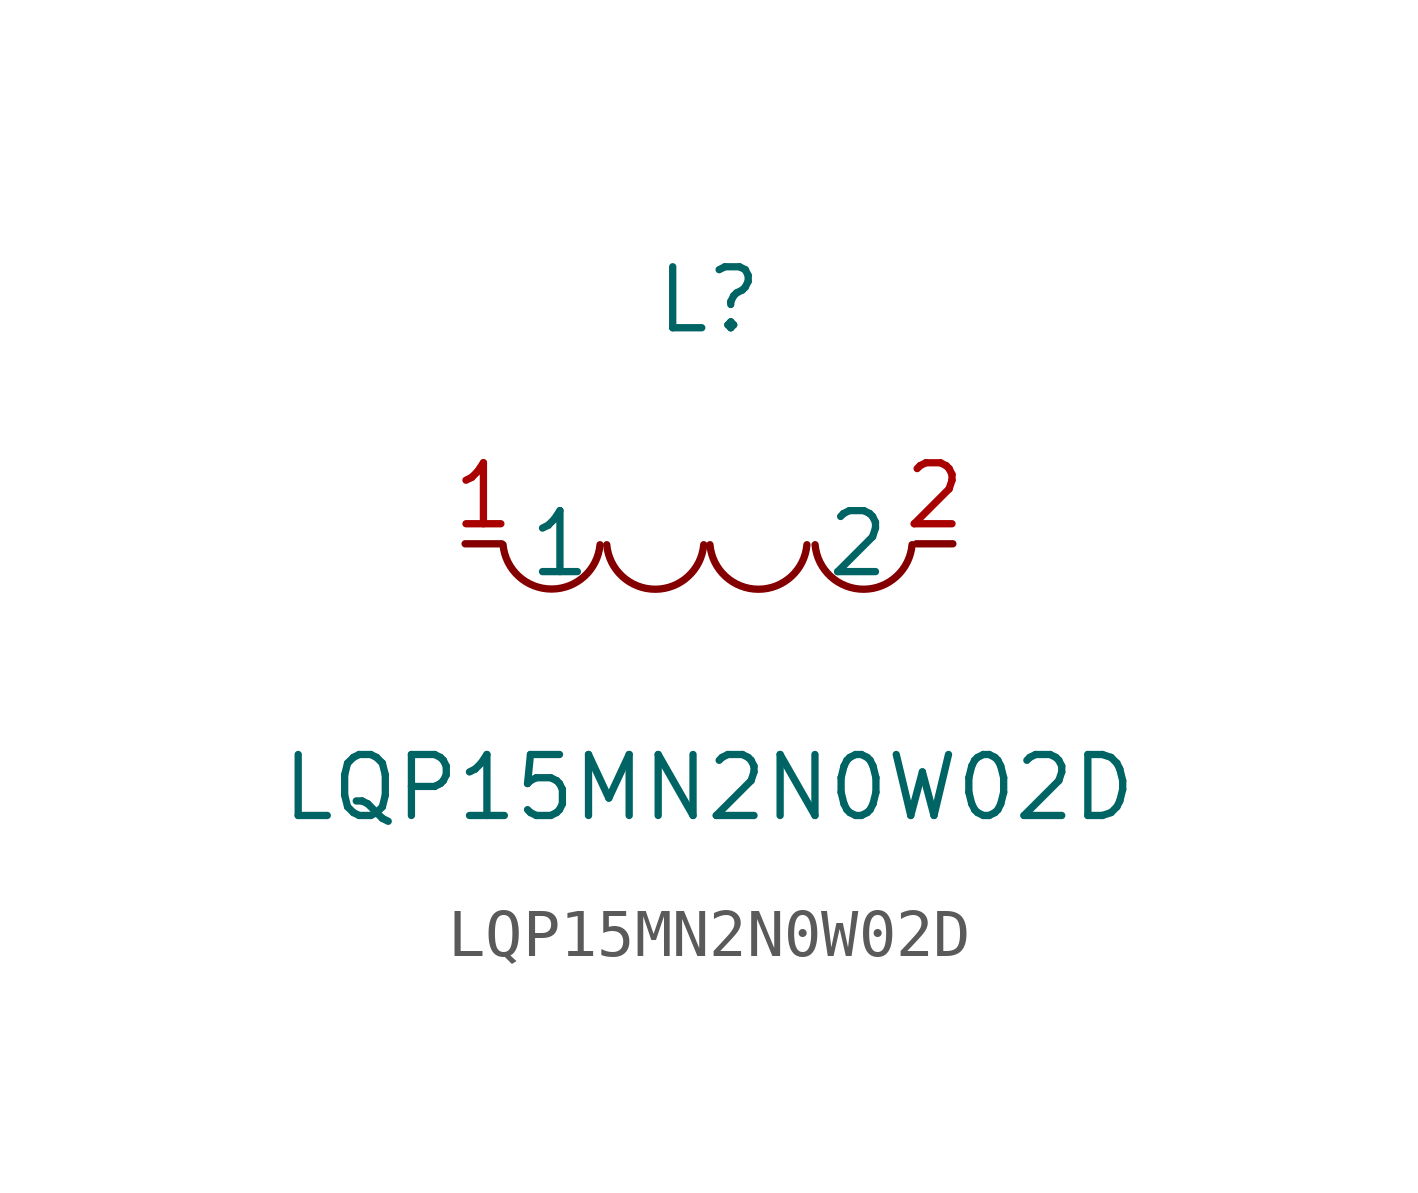
<source format=kicad_sym>
(kicad_symbol_lib
  (version 1)
  (generator "faebryk")
  (symbol "LQP15MN2N0W02D"
    (property "Reference" "L"
      (at 0 5.08 0)
      (effects (font (size 1.27 1.27)) (hide no)))
    (property "Value" "LQP15MN2N0W02D"
      (at 0 -5.08 0)
      (effects (font (size 1.27 1.27)) (hide no)))
    (symbol "LQP15MN2N0W02D_0_1"
      (arc (start -4.29 -0.02) (mid -2.81 -1.01) (end -2.27 -0.02) (stroke (width 0) (type default) (color 0 0 0 0)) (fill (type none)))
      (arc (start -2.13 -0.02) (mid -0.66 -1.01) (end -0.11 -0.02) (stroke (width 0) (type default) (color 0 0 0 0)) (fill (type none)))
      (arc (start 0.02 -0.02) (mid 1.49 -1.01) (end 2.04 -0.02) (stroke (width 0) (type default) (color 0 0 0 0)) (fill (type none)))
      (arc (start 2.21 -0.02) (mid 3.68 -1.01) (end 4.23 -0.02) (stroke (width 0) (type default) (color 0 0 0 0)) (fill (type none)))
      (pin unspecified line (at 5.08 0 180) (length 0.762) (name "2" (effects (font (size 1.27 1.27)) (hide no))) (number "2" (effects (font (size 1.27 1.27)) (hide no))))
      (pin unspecified line (at -5.08 0 0) (length 0.762) (name "1" (effects (font (size 1.27 1.27)) (hide no))) (number "1" (effects (font (size 1.27 1.27)) (hide no)))))))
</source>
